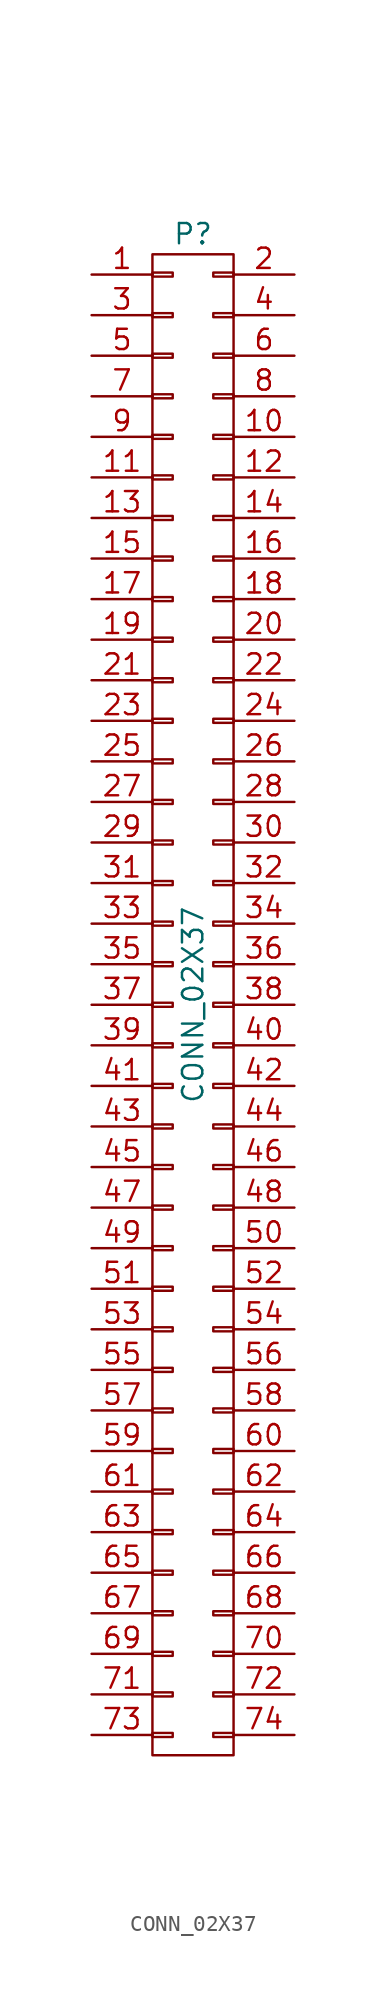
<source format=kicad_sym>
(kicad_symbol_lib
  (version 20211014)
  (generator kicad_symbol_editor)
  (symbol "CONN_02X37"
    (pin_names
      (offset 0.025) hide)
    (property "Reference" "P"
      (at 0 48.26 0)
      (effects (font (size 1.27 1.27))))
    (property "Value" "CONN_02X37"
      (at 0 0 90)
      (effects (font (size 1.27 1.27))))
    (property "Footprint" ""
      (at 0 -3.81 0)
      (effects (font (size 1.27 1.27))))
    (property "Datasheet" ""
      (at 0 -3.81 0)
      (effects (font (size 1.27 1.27))))
    (symbol "CONN_02X37_0_1"
      (rectangle (start -2.54 -45.593) (end -1.27 -45.847) (stroke (width 0) (type default) (color 0 0 0 0)) (fill (type none)))
      (rectangle (start -2.54 -43.053) (end -1.27 -43.307) (stroke (width 0) (type default) (color 0 0 0 0)) (fill (type none)))
      (rectangle (start -2.54 -40.513) (end -1.27 -40.767) (stroke (width 0) (type default) (color 0 0 0 0)) (fill (type none)))
      (rectangle (start -2.54 -37.973) (end -1.27 -38.227) (stroke (width 0) (type default) (color 0 0 0 0)) (fill (type none)))
      (rectangle (start -2.54 -35.433) (end -1.27 -35.687) (stroke (width 0) (type default) (color 0 0 0 0)) (fill (type none)))
      (rectangle (start -2.54 -32.893) (end -1.27 -33.147) (stroke (width 0) (type default) (color 0 0 0 0)) (fill (type none)))
      (rectangle (start -2.54 -30.353) (end -1.27 -30.607) (stroke (width 0) (type default) (color 0 0 0 0)) (fill (type none)))
      (rectangle (start -2.54 -27.813) (end -1.27 -28.067) (stroke (width 0) (type default) (color 0 0 0 0)) (fill (type none)))
      (rectangle (start -2.54 -25.273) (end -1.27 -25.527) (stroke (width 0) (type default) (color 0 0 0 0)) (fill (type none)))
      (rectangle (start -2.54 -22.733) (end -1.27 -22.987) (stroke (width 0) (type default) (color 0 0 0 0)) (fill (type none)))
      (rectangle (start -2.54 -20.193) (end -1.27 -20.447) (stroke (width 0) (type default) (color 0 0 0 0)) (fill (type none)))
      (rectangle (start -2.54 -17.653) (end -1.27 -17.907) (stroke (width 0) (type default) (color 0 0 0 0)) (fill (type none)))
      (rectangle (start -2.54 -15.113) (end -1.27 -15.367) (stroke (width 0) (type default) (color 0 0 0 0)) (fill (type none)))
      (rectangle (start -2.54 -12.573) (end -1.27 -12.827) (stroke (width 0) (type default) (color 0 0 0 0)) (fill (type none)))
      (rectangle (start -2.54 -10.033) (end -1.27 -10.287) (stroke (width 0) (type default) (color 0 0 0 0)) (fill (type none)))
      (rectangle (start -2.54 -7.493) (end -1.27 -7.747) (stroke (width 0) (type default) (color 0 0 0 0)) (fill (type none)))
      (rectangle (start -2.54 -4.953) (end -1.27 -5.207) (stroke (width 0) (type default) (color 0 0 0 0)) (fill (type none)))
      (rectangle (start -2.54 -2.413) (end -1.27 -2.667) (stroke (width 0) (type default) (color 0 0 0 0)) (fill (type none)))
      (rectangle (start -2.54 0.127) (end -1.27 -0.127) (stroke (width 0) (type default) (color 0 0 0 0)) (fill (type none)))
      (rectangle (start -2.54 2.667) (end -1.27 2.413) (stroke (width 0) (type default) (color 0 0 0 0)) (fill (type none)))
      (rectangle (start -2.54 5.207) (end -1.27 4.953) (stroke (width 0) (type default) (color 0 0 0 0)) (fill (type none)))
      (rectangle (start -2.54 7.747) (end -1.27 7.493) (stroke (width 0) (type default) (color 0 0 0 0)) (fill (type none)))
      (rectangle (start -2.54 10.287) (end -1.27 10.033) (stroke (width 0) (type default) (color 0 0 0 0)) (fill (type none)))
      (rectangle (start -2.54 12.827) (end -1.27 12.573) (stroke (width 0) (type default) (color 0 0 0 0)) (fill (type none)))
      (rectangle (start -2.54 15.367) (end -1.27 15.113) (stroke (width 0) (type default) (color 0 0 0 0)) (fill (type none)))
      (rectangle (start -2.54 17.907) (end -1.27 17.653) (stroke (width 0) (type default) (color 0 0 0 0)) (fill (type none)))
      (rectangle (start -2.54 20.447) (end -1.27 20.193) (stroke (width 0) (type default) (color 0 0 0 0)) (fill (type none)))
      (rectangle (start -2.54 22.987) (end -1.27 22.733) (stroke (width 0) (type default) (color 0 0 0 0)) (fill (type none)))
      (rectangle (start -2.54 25.527) (end -1.27 25.273) (stroke (width 0) (type default) (color 0 0 0 0)) (fill (type none)))
      (rectangle (start -2.54 28.067) (end -1.27 27.813) (stroke (width 0) (type default) (color 0 0 0 0)) (fill (type none)))
      (rectangle (start -2.54 30.607) (end -1.27 30.353) (stroke (width 0) (type default) (color 0 0 0 0)) (fill (type none)))
      (rectangle (start -2.54 33.147) (end -1.27 32.893) (stroke (width 0) (type default) (color 0 0 0 0)) (fill (type none)))
      (rectangle (start -2.54 35.687) (end -1.27 35.433) (stroke (width 0) (type default) (color 0 0 0 0)) (fill (type none)))
      (rectangle (start -2.54 38.227) (end -1.27 37.973) (stroke (width 0) (type default) (color 0 0 0 0)) (fill (type none)))
      (rectangle (start -2.54 40.767) (end -1.27 40.513) (stroke (width 0) (type default) (color 0 0 0 0)) (fill (type none)))
      (rectangle (start -2.54 43.307) (end -1.27 43.053) (stroke (width 0) (type default) (color 0 0 0 0)) (fill (type none)))
      (rectangle (start -2.54 45.847) (end -1.27 45.593) (stroke (width 0) (type default) (color 0 0 0 0)) (fill (type none)))
      (rectangle (start -2.54 46.99) (end 2.54 -46.99) (stroke (width 0) (type default) (color 0 0 0 0)) (fill (type none)))
      (rectangle (start 1.27 -45.593) (end 2.54 -45.847) (stroke (width 0) (type default) (color 0 0 0 0)) (fill (type none)))
      (rectangle (start 1.27 -43.053) (end 2.54 -43.307) (stroke (width 0) (type default) (color 0 0 0 0)) (fill (type none)))
      (rectangle (start 1.27 -40.513) (end 2.54 -40.767) (stroke (width 0) (type default) (color 0 0 0 0)) (fill (type none)))
      (rectangle (start 1.27 -37.973) (end 2.54 -38.227) (stroke (width 0) (type default) (color 0 0 0 0)) (fill (type none)))
      (rectangle (start 1.27 -35.433) (end 2.54 -35.687) (stroke (width 0) (type default) (color 0 0 0 0)) (fill (type none)))
      (rectangle (start 1.27 -32.893) (end 2.54 -33.147) (stroke (width 0) (type default) (color 0 0 0 0)) (fill (type none)))
      (rectangle (start 1.27 -30.353) (end 2.54 -30.607) (stroke (width 0) (type default) (color 0 0 0 0)) (fill (type none)))
      (rectangle (start 1.27 -27.813) (end 2.54 -28.067) (stroke (width 0) (type default) (color 0 0 0 0)) (fill (type none)))
      (rectangle (start 1.27 -25.273) (end 2.54 -25.527) (stroke (width 0) (type default) (color 0 0 0 0)) (fill (type none)))
      (rectangle (start 1.27 -22.733) (end 2.54 -22.987) (stroke (width 0) (type default) (color 0 0 0 0)) (fill (type none)))
      (rectangle (start 1.27 -20.193) (end 2.54 -20.447) (stroke (width 0) (type default) (color 0 0 0 0)) (fill (type none)))
      (rectangle (start 1.27 -17.653) (end 2.54 -17.907) (stroke (width 0) (type default) (color 0 0 0 0)) (fill (type none)))
      (rectangle (start 1.27 -15.113) (end 2.54 -15.367) (stroke (width 0) (type default) (color 0 0 0 0)) (fill (type none)))
      (rectangle (start 1.27 -12.573) (end 2.54 -12.827) (stroke (width 0) (type default) (color 0 0 0 0)) (fill (type none)))
      (rectangle (start 1.27 -10.033) (end 2.54 -10.287) (stroke (width 0) (type default) (color 0 0 0 0)) (fill (type none)))
      (rectangle (start 1.27 -7.493) (end 2.54 -7.747) (stroke (width 0) (type default) (color 0 0 0 0)) (fill (type none)))
      (rectangle (start 1.27 -4.953) (end 2.54 -5.207) (stroke (width 0) (type default) (color 0 0 0 0)) (fill (type none)))
      (rectangle (start 1.27 -2.413) (end 2.54 -2.667) (stroke (width 0) (type default) (color 0 0 0 0)) (fill (type none)))
      (rectangle (start 1.27 0.127) (end 2.54 -0.127) (stroke (width 0) (type default) (color 0 0 0 0)) (fill (type none)))
      (rectangle (start 1.27 2.667) (end 2.54 2.413) (stroke (width 0) (type default) (color 0 0 0 0)) (fill (type none)))
      (rectangle (start 1.27 5.207) (end 2.54 4.953) (stroke (width 0) (type default) (color 0 0 0 0)) (fill (type none)))
      (rectangle (start 1.27 7.747) (end 2.54 7.493) (stroke (width 0) (type default) (color 0 0 0 0)) (fill (type none)))
      (rectangle (start 1.27 10.287) (end 2.54 10.033) (stroke (width 0) (type default) (color 0 0 0 0)) (fill (type none)))
      (rectangle (start 1.27 12.827) (end 2.54 12.573) (stroke (width 0) (type default) (color 0 0 0 0)) (fill (type none)))
      (rectangle (start 1.27 15.367) (end 2.54 15.113) (stroke (width 0) (type default) (color 0 0 0 0)) (fill (type none)))
      (rectangle (start 1.27 17.907) (end 2.54 17.653) (stroke (width 0) (type default) (color 0 0 0 0)) (fill (type none)))
      (rectangle (start 1.27 20.447) (end 2.54 20.193) (stroke (width 0) (type default) (color 0 0 0 0)) (fill (type none)))
      (rectangle (start 1.27 22.987) (end 2.54 22.733) (stroke (width 0) (type default) (color 0 0 0 0)) (fill (type none)))
      (rectangle (start 1.27 25.527) (end 2.54 25.273) (stroke (width 0) (type default) (color 0 0 0 0)) (fill (type none)))
      (rectangle (start 1.27 28.067) (end 2.54 27.813) (stroke (width 0) (type default) (color 0 0 0 0)) (fill (type none)))
      (rectangle (start 1.27 30.607) (end 2.54 30.353) (stroke (width 0) (type default) (color 0 0 0 0)) (fill (type none)))
      (rectangle (start 1.27 33.147) (end 2.54 32.893) (stroke (width 0) (type default) (color 0 0 0 0)) (fill (type none)))
      (rectangle (start 1.27 35.687) (end 2.54 35.433) (stroke (width 0) (type default) (color 0 0 0 0)) (fill (type none)))
      (rectangle (start 1.27 38.227) (end 2.54 37.973) (stroke (width 0) (type default) (color 0 0 0 0)) (fill (type none)))
      (rectangle (start 1.27 40.767) (end 2.54 40.513) (stroke (width 0) (type default) (color 0 0 0 0)) (fill (type none)))
      (rectangle (start 1.27 43.307) (end 2.54 43.053) (stroke (width 0) (type default) (color 0 0 0 0)) (fill (type none)))
      (rectangle (start 1.27 45.847) (end 2.54 45.593) (stroke (width 0) (type default) (color 0 0 0 0)) (fill (type none))))
    (symbol "CONN_02X37_1_1"
      (pin passive line (at -6.35 45.72 0) (length 3.81) (name "P1" (effects (font (size 1.27 1.27)))) (number "1" (effects (font (size 1.27 1.27)))))
      (pin passive line (at 6.35 35.56 180) (length 3.81) (name "P10" (effects (font (size 1.27 1.27)))) (number "10" (effects (font (size 1.27 1.27)))))
      (pin passive line (at -6.35 33.02 0) (length 3.81) (name "P11" (effects (font (size 1.27 1.27)))) (number "11" (effects (font (size 1.27 1.27)))))
      (pin passive line (at 6.35 33.02 180) (length 3.81) (name "P12" (effects (font (size 1.27 1.27)))) (number "12" (effects (font (size 1.27 1.27)))))
      (pin passive line (at -6.35 30.48 0) (length 3.81) (name "P13" (effects (font (size 1.27 1.27)))) (number "13" (effects (font (size 1.27 1.27)))))
      (pin passive line (at 6.35 30.48 180) (length 3.81) (name "P14" (effects (font (size 1.27 1.27)))) (number "14" (effects (font (size 1.27 1.27)))))
      (pin passive line (at -6.35 27.94 0) (length 3.81) (name "P15" (effects (font (size 1.27 1.27)))) (number "15" (effects (font (size 1.27 1.27)))))
      (pin passive line (at 6.35 27.94 180) (length 3.81) (name "P16" (effects (font (size 1.27 1.27)))) (number "16" (effects (font (size 1.27 1.27)))))
      (pin passive line (at -6.35 25.4 0) (length 3.81) (name "P17" (effects (font (size 1.27 1.27)))) (number "17" (effects (font (size 1.27 1.27)))))
      (pin passive line (at 6.35 25.4 180) (length 3.81) (name "P18" (effects (font (size 1.27 1.27)))) (number "18" (effects (font (size 1.27 1.27)))))
      (pin passive line (at -6.35 22.86 0) (length 3.81) (name "P19" (effects (font (size 1.27 1.27)))) (number "19" (effects (font (size 1.27 1.27)))))
      (pin passive line (at 6.35 45.72 180) (length 3.81) (name "P2" (effects (font (size 1.27 1.27)))) (number "2" (effects (font (size 1.27 1.27)))))
      (pin passive line (at 6.35 22.86 180) (length 3.81) (name "P20" (effects (font (size 1.27 1.27)))) (number "20" (effects (font (size 1.27 1.27)))))
      (pin passive line (at -6.35 20.32 0) (length 3.81) (name "P21" (effects (font (size 1.27 1.27)))) (number "21" (effects (font (size 1.27 1.27)))))
      (pin passive line (at 6.35 20.32 180) (length 3.81) (name "P22" (effects (font (size 1.27 1.27)))) (number "22" (effects (font (size 1.27 1.27)))))
      (pin passive line (at -6.35 17.78 0) (length 3.81) (name "P23" (effects (font (size 1.27 1.27)))) (number "23" (effects (font (size 1.27 1.27)))))
      (pin passive line (at 6.35 17.78 180) (length 3.81) (name "P24" (effects (font (size 1.27 1.27)))) (number "24" (effects (font (size 1.27 1.27)))))
      (pin passive line (at -6.35 15.24 0) (length 3.81) (name "P25" (effects (font (size 1.27 1.27)))) (number "25" (effects (font (size 1.27 1.27)))))
      (pin passive line (at 6.35 15.24 180) (length 3.81) (name "P26" (effects (font (size 1.27 1.27)))) (number "26" (effects (font (size 1.27 1.27)))))
      (pin passive line (at -6.35 12.7 0) (length 3.81) (name "P27" (effects (font (size 1.27 1.27)))) (number "27" (effects (font (size 1.27 1.27)))))
      (pin passive line (at 6.35 12.7 180) (length 3.81) (name "P28" (effects (font (size 1.27 1.27)))) (number "28" (effects (font (size 1.27 1.27)))))
      (pin passive line (at -6.35 10.16 0) (length 3.81) (name "P29" (effects (font (size 1.27 1.27)))) (number "29" (effects (font (size 1.27 1.27)))))
      (pin passive line (at -6.35 43.18 0) (length 3.81) (name "P3" (effects (font (size 1.27 1.27)))) (number "3" (effects (font (size 1.27 1.27)))))
      (pin passive line (at 6.35 10.16 180) (length 3.81) (name "P30" (effects (font (size 1.27 1.27)))) (number "30" (effects (font (size 1.27 1.27)))))
      (pin passive line (at -6.35 7.62 0) (length 3.81) (name "P31" (effects (font (size 1.27 1.27)))) (number "31" (effects (font (size 1.27 1.27)))))
      (pin passive line (at 6.35 7.62 180) (length 3.81) (name "P32" (effects (font (size 1.27 1.27)))) (number "32" (effects (font (size 1.27 1.27)))))
      (pin passive line (at -6.35 5.08 0) (length 3.81) (name "P33" (effects (font (size 1.27 1.27)))) (number "33" (effects (font (size 1.27 1.27)))))
      (pin passive line (at 6.35 5.08 180) (length 3.81) (name "P34" (effects (font (size 1.27 1.27)))) (number "34" (effects (font (size 1.27 1.27)))))
      (pin passive line (at -6.35 2.54 0) (length 3.81) (name "P35" (effects (font (size 1.27 1.27)))) (number "35" (effects (font (size 1.27 1.27)))))
      (pin passive line (at 6.35 2.54 180) (length 3.81) (name "P36" (effects (font (size 1.27 1.27)))) (number "36" (effects (font (size 1.27 1.27)))))
      (pin passive line (at -6.35 0 0) (length 3.81) (name "P37" (effects (font (size 1.27 1.27)))) (number "37" (effects (font (size 1.27 1.27)))))
      (pin passive line (at 6.35 0 180) (length 3.81) (name "P38" (effects (font (size 1.27 1.27)))) (number "38" (effects (font (size 1.27 1.27)))))
      (pin passive line (at -6.35 -2.54 0) (length 3.81) (name "P39" (effects (font (size 1.27 1.27)))) (number "39" (effects (font (size 1.27 1.27)))))
      (pin passive line (at 6.35 43.18 180) (length 3.81) (name "P4" (effects (font (size 1.27 1.27)))) (number "4" (effects (font (size 1.27 1.27)))))
      (pin passive line (at 6.35 -2.54 180) (length 3.81) (name "P40" (effects (font (size 1.27 1.27)))) (number "40" (effects (font (size 1.27 1.27)))))
      (pin passive line (at -6.35 -5.08 0) (length 3.81) (name "P41" (effects (font (size 1.27 1.27)))) (number "41" (effects (font (size 1.27 1.27)))))
      (pin passive line (at 6.35 -5.08 180) (length 3.81) (name "P42" (effects (font (size 1.27 1.27)))) (number "42" (effects (font (size 1.27 1.27)))))
      (pin passive line (at -6.35 -7.62 0) (length 3.81) (name "P43" (effects (font (size 1.27 1.27)))) (number "43" (effects (font (size 1.27 1.27)))))
      (pin passive line (at 6.35 -7.62 180) (length 3.81) (name "P44" (effects (font (size 1.27 1.27)))) (number "44" (effects (font (size 1.27 1.27)))))
      (pin passive line (at -6.35 -10.16 0) (length 3.81) (name "P45" (effects (font (size 1.27 1.27)))) (number "45" (effects (font (size 1.27 1.27)))))
      (pin passive line (at 6.35 -10.16 180) (length 3.81) (name "P46" (effects (font (size 1.27 1.27)))) (number "46" (effects (font (size 1.27 1.27)))))
      (pin passive line (at -6.35 -12.7 0) (length 3.81) (name "P47" (effects (font (size 1.27 1.27)))) (number "47" (effects (font (size 1.27 1.27)))))
      (pin passive line (at 6.35 -12.7 180) (length 3.81) (name "P48" (effects (font (size 1.27 1.27)))) (number "48" (effects (font (size 1.27 1.27)))))
      (pin passive line (at -6.35 -15.24 0) (length 3.81) (name "P49" (effects (font (size 1.27 1.27)))) (number "49" (effects (font (size 1.27 1.27)))))
      (pin passive line (at -6.35 40.64 0) (length 3.81) (name "P5" (effects (font (size 1.27 1.27)))) (number "5" (effects (font (size 1.27 1.27)))))
      (pin passive line (at 6.35 -15.24 180) (length 3.81) (name "P50" (effects (font (size 1.27 1.27)))) (number "50" (effects (font (size 1.27 1.27)))))
      (pin passive line (at -6.35 -17.78 0) (length 3.81) (name "P51" (effects (font (size 1.27 1.27)))) (number "51" (effects (font (size 1.27 1.27)))))
      (pin passive line (at 6.35 -17.78 180) (length 3.81) (name "P52" (effects (font (size 1.27 1.27)))) (number "52" (effects (font (size 1.27 1.27)))))
      (pin passive line (at -6.35 -20.32 0) (length 3.81) (name "P53" (effects (font (size 1.27 1.27)))) (number "53" (effects (font (size 1.27 1.27)))))
      (pin passive line (at 6.35 -20.32 180) (length 3.81) (name "P54" (effects (font (size 1.27 1.27)))) (number "54" (effects (font (size 1.27 1.27)))))
      (pin passive line (at -6.35 -22.86 0) (length 3.81) (name "P55" (effects (font (size 1.27 1.27)))) (number "55" (effects (font (size 1.27 1.27)))))
      (pin passive line (at 6.35 -22.86 180) (length 3.81) (name "P56" (effects (font (size 1.27 1.27)))) (number "56" (effects (font (size 1.27 1.27)))))
      (pin passive line (at -6.35 -25.4 0) (length 3.81) (name "P57" (effects (font (size 1.27 1.27)))) (number "57" (effects (font (size 1.27 1.27)))))
      (pin passive line (at 6.35 -25.4 180) (length 3.81) (name "P58" (effects (font (size 1.27 1.27)))) (number "58" (effects (font (size 1.27 1.27)))))
      (pin passive line (at -6.35 -27.94 0) (length 3.81) (name "P59" (effects (font (size 1.27 1.27)))) (number "59" (effects (font (size 1.27 1.27)))))
      (pin passive line (at 6.35 40.64 180) (length 3.81) (name "P6" (effects (font (size 1.27 1.27)))) (number "6" (effects (font (size 1.27 1.27)))))
      (pin passive line (at 6.35 -27.94 180) (length 3.81) (name "P60" (effects (font (size 1.27 1.27)))) (number "60" (effects (font (size 1.27 1.27)))))
      (pin passive line (at -6.35 -30.48 0) (length 3.81) (name "P61" (effects (font (size 1.27 1.27)))) (number "61" (effects (font (size 1.27 1.27)))))
      (pin passive line (at 6.35 -30.48 180) (length 3.81) (name "P62" (effects (font (size 1.27 1.27)))) (number "62" (effects (font (size 1.27 1.27)))))
      (pin passive line (at -6.35 -33.02 0) (length 3.81) (name "P63" (effects (font (size 1.27 1.27)))) (number "63" (effects (font (size 1.27 1.27)))))
      (pin passive line (at 6.35 -33.02 180) (length 3.81) (name "P64" (effects (font (size 1.27 1.27)))) (number "64" (effects (font (size 1.27 1.27)))))
      (pin passive line (at -6.35 -35.56 0) (length 3.81) (name "P65" (effects (font (size 1.27 1.27)))) (number "65" (effects (font (size 1.27 1.27)))))
      (pin passive line (at 6.35 -35.56 180) (length 3.81) (name "P66" (effects (font (size 1.27 1.27)))) (number "66" (effects (font (size 1.27 1.27)))))
      (pin passive line (at -6.35 -38.1 0) (length 3.81) (name "P67" (effects (font (size 1.27 1.27)))) (number "67" (effects (font (size 1.27 1.27)))))
      (pin passive line (at 6.35 -38.1 180) (length 3.81) (name "P68" (effects (font (size 1.27 1.27)))) (number "68" (effects (font (size 1.27 1.27)))))
      (pin passive line (at -6.35 -40.64 0) (length 3.81) (name "P69" (effects (font (size 1.27 1.27)))) (number "69" (effects (font (size 1.27 1.27)))))
      (pin passive line (at -6.35 38.1 0) (length 3.81) (name "P7" (effects (font (size 1.27 1.27)))) (number "7" (effects (font (size 1.27 1.27)))))
      (pin passive line (at 6.35 -40.64 180) (length 3.81) (name "P70" (effects (font (size 1.27 1.27)))) (number "70" (effects (font (size 1.27 1.27)))))
      (pin passive line (at -6.35 -43.18 0) (length 3.81) (name "P71" (effects (font (size 1.27 1.27)))) (number "71" (effects (font (size 1.27 1.27)))))
      (pin passive line (at 6.35 -43.18 180) (length 3.81) (name "P72" (effects (font (size 1.27 1.27)))) (number "72" (effects (font (size 1.27 1.27)))))
      (pin passive line (at -6.35 -45.72 0) (length 3.81) (name "P73" (effects (font (size 1.27 1.27)))) (number "73" (effects (font (size 1.27 1.27)))))
      (pin passive line (at 6.35 -45.72 180) (length 3.81) (name "P74" (effects (font (size 1.27 1.27)))) (number "74" (effects (font (size 1.27 1.27)))))
      (pin passive line (at 6.35 38.1 180) (length 3.81) (name "P8" (effects (font (size 1.27 1.27)))) (number "8" (effects (font (size 1.27 1.27)))))
      (pin passive line (at -6.35 35.56 0) (length 3.81) (name "P9" (effects (font (size 1.27 1.27)))) (number "9" (effects (font (size 1.27 1.27))))))))
</source>
